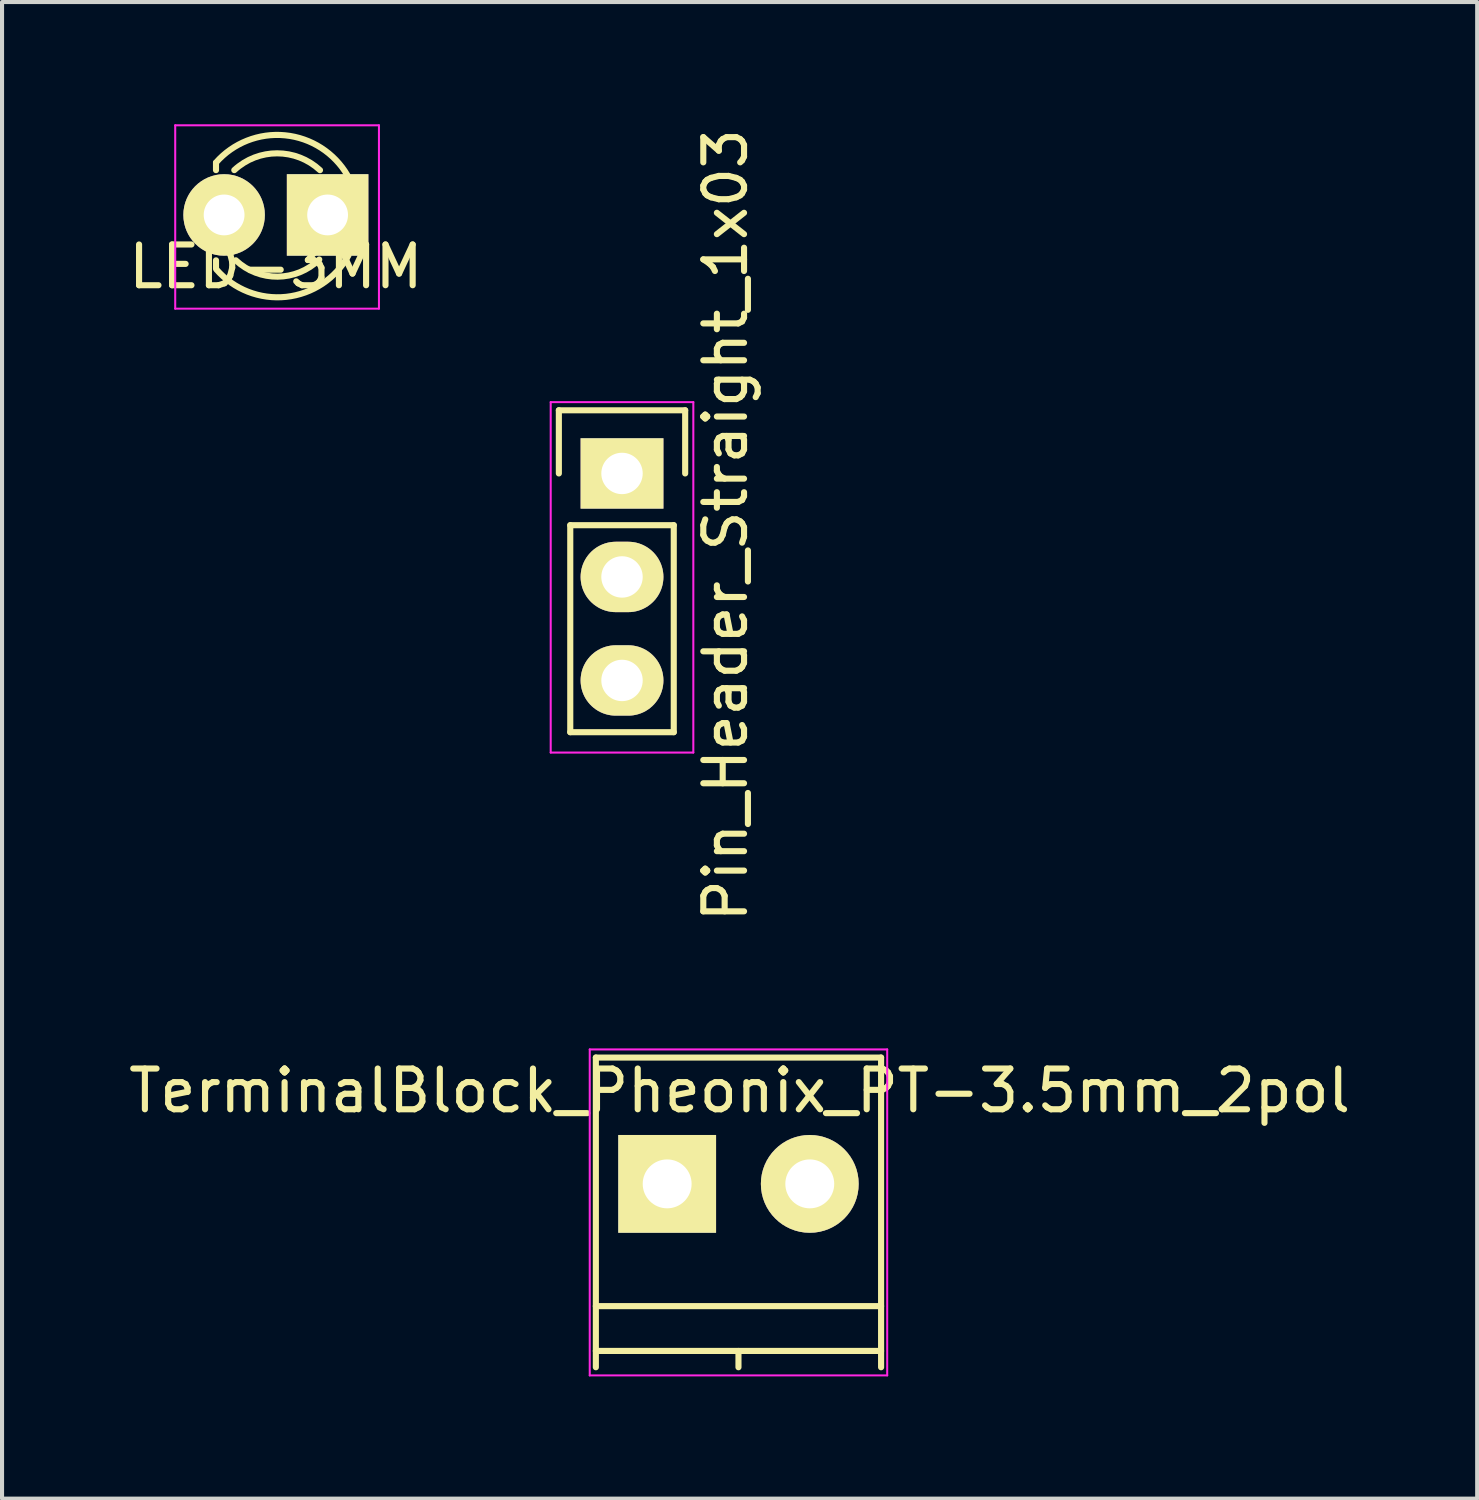
<source format=kicad_pcb>
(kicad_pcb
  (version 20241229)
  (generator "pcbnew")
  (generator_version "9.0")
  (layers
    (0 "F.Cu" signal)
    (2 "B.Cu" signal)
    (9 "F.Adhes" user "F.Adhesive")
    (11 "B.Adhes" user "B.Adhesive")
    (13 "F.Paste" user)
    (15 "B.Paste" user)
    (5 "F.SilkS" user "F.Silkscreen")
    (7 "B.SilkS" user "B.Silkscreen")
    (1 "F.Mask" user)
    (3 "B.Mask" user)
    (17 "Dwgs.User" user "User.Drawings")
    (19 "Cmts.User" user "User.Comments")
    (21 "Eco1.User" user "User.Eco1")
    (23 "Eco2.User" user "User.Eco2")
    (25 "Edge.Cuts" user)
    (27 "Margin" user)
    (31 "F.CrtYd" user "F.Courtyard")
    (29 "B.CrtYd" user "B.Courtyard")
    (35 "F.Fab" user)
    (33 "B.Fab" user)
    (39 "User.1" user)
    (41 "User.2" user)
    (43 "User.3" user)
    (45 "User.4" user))
  (footprint "LED-3MM"
    (layer "F.Cu")
    (at 2.45 2.225)
    (property "Reference" "LED-3MM" (at 1.27 1.27 0) (layer "F.SilkS") (effects (font (size 1 1) (thickness 0.15))))
    (attr through_hole)
    (fp_line (start -0.199 -1.28) (end -0.199 -1.1) (stroke (width 0.15) (type solid)) (layer "F.SilkS"))
    (fp_line (start -0.199 1.314) (end -0.199 1.114) (stroke (width 0.15) (type solid)) (layer "F.SilkS"))
    (fp_arc (start -0.199 -1.286) (mid 1.495903 -1.954571) (end 3.028744 -0.969643) (stroke (width 0.15) (type solid)) (layer "F.SilkS"))
    (fp_arc (start 0.25 -1.1) (mid 1.301686 -1.512142) (end 2.353005 -1.099067) (stroke (width 0.15) (type solid)) (layer "F.SilkS"))
    (fp_arc (start 2.335 1.094) (mid 1.31492 1.51473) (end 0.287111 1.113252) (stroke (width 0.15) (type solid)) (layer "F.SilkS"))
    (fp_arc (start 3.051 0.994) (mid 1.522637 2.009958) (end -0.18622 1.340726) (stroke (width 0.15) (type solid)) (layer "F.SilkS"))
    (fp_line (start -1.2 -2.2) (end -1.2 2.3) (stroke (width 0.05) (type solid)) (layer "F.CrtYd"))
    (fp_line (start -1.2 2.3) (end 3.8 2.3) (stroke (width 0.05) (type solid)) (layer "F.CrtYd"))
    (fp_line (start 3.8 -2.2) (end -1.2 -2.2) (stroke (width 0.05) (type solid)) (layer "F.CrtYd"))
    (fp_line (start 3.8 2.3) (end 3.8 -2.2) (stroke (width 0.05) (type solid)) (layer "F.CrtYd"))
    (pad "1" thru_hole circle (at 0 0 90) (size 2 2) (drill 1.001) (layers "*.Cu" "*.Mask" "F.SilkS"))
    (pad "2" thru_hole rect (at 2.54 0) (size 2 2) (drill 1.001) (layers "*.Cu" "*.Mask" "F.SilkS")))
  (footprint "Pin_Header_Straight_1x03"
    (layer "F.Cu")
    (at 12.215 8.569)
    (property "Reference" "Pin_Header_Straight_1x03" (at 2.54 1.27 90) (layer "F.SilkS") (effects (font (size 1 1) (thickness 0.15))))
    (attr through_hole)
    (fp_line (start -1.55 -1.55) (end 1.55 -1.55) (stroke (width 0.15) (type solid)) (layer "F.SilkS"))
    (fp_line (start -1.55 0) (end -1.55 -1.55) (stroke (width 0.15) (type solid)) (layer "F.SilkS"))
    (fp_line (start -1.27 1.27) (end -1.27 6.35) (stroke (width 0.15) (type solid)) (layer "F.SilkS"))
    (fp_line (start -1.27 6.35) (end 1.27 6.35) (stroke (width 0.15) (type solid)) (layer "F.SilkS"))
    (fp_line (start 1.27 1.27) (end -1.27 1.27) (stroke (width 0.15) (type solid)) (layer "F.SilkS"))
    (fp_line (start 1.27 6.35) (end 1.27 1.27) (stroke (width 0.15) (type solid)) (layer "F.SilkS"))
    (fp_line (start 1.55 -1.55) (end 1.55 0) (stroke (width 0.15) (type solid)) (layer "F.SilkS"))
    (fp_line (start -1.75 -1.75) (end -1.75 6.85) (stroke (width 0.05) (type solid)) (layer "F.CrtYd"))
    (fp_line (start -1.75 -1.75) (end 1.75 -1.75) (stroke (width 0.05) (type solid)) (layer "F.CrtYd"))
    (fp_line (start -1.75 6.85) (end 1.75 6.85) (stroke (width 0.05) (type solid)) (layer "F.CrtYd"))
    (fp_line (start 1.75 -1.75) (end 1.75 6.85) (stroke (width 0.05) (type solid)) (layer "F.CrtYd"))
    (pad "1" thru_hole rect (at 0 0) (size 2.032 1.727) (drill 1.016) (layers "*.Cu" "*.Mask" "F.SilkS"))
    (pad "2" thru_hole oval (at 0 2.54) (size 2.032 1.727) (drill 1.016) (layers "*.Cu" "*.Mask" "F.SilkS"))
    (pad "3" thru_hole oval (at 0 5.08) (size 2.032 1.727) (drill 1.016) (layers "*.Cu" "*.Mask" "F.SilkS")))
  (footprint "TerminalBlock_Pheonix_PT-3.5mm_2pol"
    (layer "F.Cu")
    (at 13.323 26.004)
    (property "Reference" "TerminalBlock_Pheonix_PT-3.5mm_2pol" (at 1.778 -2.286 0) (layer "F.SilkS") (effects (font (size 1 1) (thickness 0.15))))
    (attr through_hole)
    (fp_line (start -1.75 -3.1) (end -1.75 4.5) (stroke (width 0.15) (type solid)) (layer "F.SilkS"))
    (fp_line (start -1.75 3) (end 5.25 3) (stroke (width 0.15) (type solid)) (layer "F.SilkS"))
    (fp_line (start -1.75 4.1) (end 5.25 4.1) (stroke (width 0.15) (type solid)) (layer "F.SilkS"))
    (fp_line (start 1.75 4.1) (end 1.75 4.5) (stroke (width 0.15) (type solid)) (layer "F.SilkS"))
    (fp_line (start 5.25 -3.1) (end -1.75 -3.1) (stroke (width 0.15) (type solid)) (layer "F.SilkS"))
    (fp_line (start 5.25 4.5) (end 5.25 -3.1) (stroke (width 0.15) (type solid)) (layer "F.SilkS"))
    (fp_line (start -1.9 -3.3) (end 5.4 -3.3) (stroke (width 0.05) (type solid)) (layer "F.CrtYd"))
    (fp_line (start -1.9 4.7) (end -1.9 -3.3) (stroke (width 0.05) (type solid)) (layer "F.CrtYd"))
    (fp_line (start 5.4 -3.3) (end 5.4 4.7) (stroke (width 0.05) (type solid)) (layer "F.CrtYd"))
    (fp_line (start 5.4 4.7) (end -1.9 4.7) (stroke (width 0.05) (type solid)) (layer "F.CrtYd"))
    (pad "1" thru_hole rect (at 0 0) (size 2.4 2.4) (drill 1.2) (layers "*.Cu" "*.Mask" "F.SilkS"))
    (pad "2" thru_hole circle (at 3.5 0) (size 2.4 2.4) (drill 1.2) (layers "*.Cu" "*.Mask" "F.SilkS")))
  (gr_rect
    (start -3 -3)
    (end 33.202 33.729)
    (stroke (width 0.1) (type default))
    (fill no)
    (layer "Edge.Cuts")))
</source>
